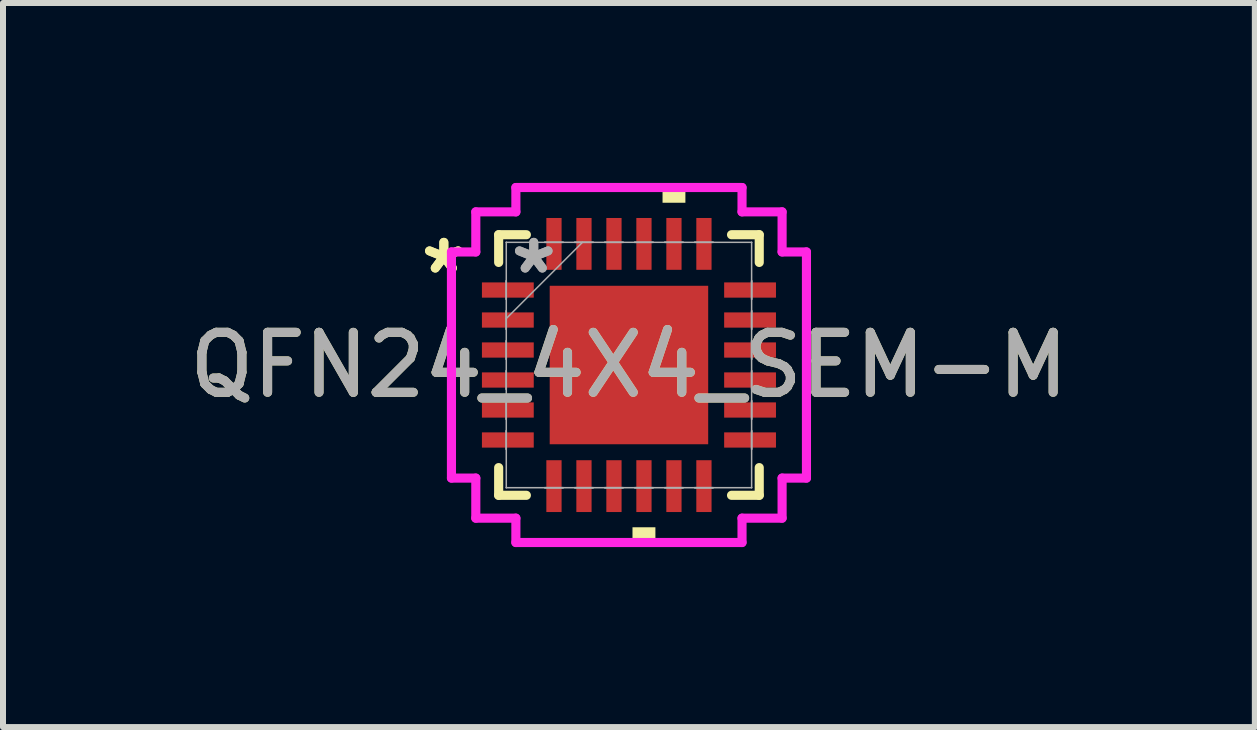
<source format=kicad_pcb>
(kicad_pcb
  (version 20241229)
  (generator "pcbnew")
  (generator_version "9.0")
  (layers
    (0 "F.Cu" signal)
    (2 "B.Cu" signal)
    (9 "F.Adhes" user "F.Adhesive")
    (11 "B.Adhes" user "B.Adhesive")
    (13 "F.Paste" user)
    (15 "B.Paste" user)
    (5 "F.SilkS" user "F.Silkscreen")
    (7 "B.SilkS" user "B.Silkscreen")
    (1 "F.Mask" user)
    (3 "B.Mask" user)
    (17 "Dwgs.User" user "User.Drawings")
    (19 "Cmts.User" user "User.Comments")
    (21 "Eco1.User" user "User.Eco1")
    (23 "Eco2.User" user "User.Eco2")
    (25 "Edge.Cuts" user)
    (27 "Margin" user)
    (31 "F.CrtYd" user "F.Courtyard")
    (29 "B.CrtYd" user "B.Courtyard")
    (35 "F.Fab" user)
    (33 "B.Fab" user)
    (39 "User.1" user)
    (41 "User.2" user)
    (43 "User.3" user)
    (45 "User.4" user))
  (footprint "QFN24_4X4_SEM-M"
    (layer "F.Cu")
    (at 7.435 3.035)
    (property "Reference" "QFN24_4X4_SEM-M" (at 0 0 0) (unlocked yes) (layer "F.SilkS") (effects (font (size 1 1) (thickness 0.15))))
    (attr smd)
    (fp_line (start -2.172 -2.172) (end -2.172 -1.71) (stroke (width 0.152) (type solid)) (layer "F.SilkS"))
    (fp_line (start -2.172 1.71) (end -2.172 2.172) (stroke (width 0.152) (type solid)) (layer "F.SilkS"))
    (fp_line (start -2.172 2.172) (end -1.71 2.172) (stroke (width 0.152) (type solid)) (layer "F.SilkS"))
    (fp_line (start -1.71 -2.172) (end -2.172 -2.172) (stroke (width 0.152) (type solid)) (layer "F.SilkS"))
    (fp_line (start 1.71 2.172) (end 2.172 2.172) (stroke (width 0.152) (type solid)) (layer "F.SilkS"))
    (fp_line (start 2.172 -2.172) (end 1.71 -2.172) (stroke (width 0.152) (type solid)) (layer "F.SilkS"))
    (fp_line (start 2.172 -1.71) (end 2.172 -2.172) (stroke (width 0.152) (type solid)) (layer "F.SilkS"))
    (fp_line (start 2.172 2.172) (end 2.172 1.71) (stroke (width 0.152) (type solid)) (layer "F.SilkS"))
    (fp_poly (pts (xy 0.059 2.705) (xy 0.059 2.959) (xy 0.441 2.959) (xy 0.441 2.705)) (stroke (width 0) (type solid)) (fill yes) (layer "F.SilkS"))
    (fp_poly (pts (xy 0.56 -2.705) (xy 0.56 -2.959) (xy 0.941 -2.959) (xy 0.941 -2.705)) (stroke (width 0) (type solid)) (fill yes) (layer "F.SilkS"))
    (fp_poly (pts (xy -1.221 -1.221) (xy -1.221 -0.1) (xy -0.1 -0.1) (xy -0.1 -1.221)) (stroke (width 0) (type solid)) (fill yes) (layer "F.Paste"))
    (fp_poly (pts (xy -1.221 0.1) (xy -1.221 1.221) (xy -0.1 1.221) (xy -0.1 0.1)) (stroke (width 0) (type solid)) (fill yes) (layer "F.Paste"))
    (fp_poly (pts (xy 0.1 -1.221) (xy 0.1 -0.1) (xy 1.221 -0.1) (xy 1.221 -1.221)) (stroke (width 0) (type solid)) (fill yes) (layer "F.Paste"))
    (fp_poly (pts (xy 0.1 0.1) (xy 0.1 1.221) (xy 1.221 1.221) (xy 1.221 0.1)) (stroke (width 0) (type solid)) (fill yes) (layer "F.Paste"))
    (fp_line (start -2.959 -1.885) (end -2.553 -1.885) (stroke (width 0.152) (type solid)) (layer "F.CrtYd"))
    (fp_line (start -2.959 1.885) (end -2.959 -1.885) (stroke (width 0.152) (type solid)) (layer "F.CrtYd"))
    (fp_line (start -2.553 -2.553) (end -1.885 -2.553) (stroke (width 0.152) (type solid)) (layer "F.CrtYd"))
    (fp_line (start -2.553 -1.885) (end -2.553 -2.553) (stroke (width 0.152) (type solid)) (layer "F.CrtYd"))
    (fp_line (start -2.553 1.885) (end -2.959 1.885) (stroke (width 0.152) (type solid)) (layer "F.CrtYd"))
    (fp_line (start -2.553 2.553) (end -2.553 1.885) (stroke (width 0.152) (type solid)) (layer "F.CrtYd"))
    (fp_line (start -1.885 -2.959) (end 1.885 -2.959) (stroke (width 0.152) (type solid)) (layer "F.CrtYd"))
    (fp_line (start -1.885 -2.553) (end -1.885 -2.959) (stroke (width 0.152) (type solid)) (layer "F.CrtYd"))
    (fp_line (start -1.885 2.553) (end -2.553 2.553) (stroke (width 0.152) (type solid)) (layer "F.CrtYd"))
    (fp_line (start -1.885 2.959) (end -1.885 2.553) (stroke (width 0.152) (type solid)) (layer "F.CrtYd"))
    (fp_line (start 1.885 -2.959) (end 1.885 -2.553) (stroke (width 0.152) (type solid)) (layer "F.CrtYd"))
    (fp_line (start 1.885 -2.553) (end 2.553 -2.553) (stroke (width 0.152) (type solid)) (layer "F.CrtYd"))
    (fp_line (start 1.885 2.553) (end 1.885 2.959) (stroke (width 0.152) (type solid)) (layer "F.CrtYd"))
    (fp_line (start 1.885 2.959) (end -1.885 2.959) (stroke (width 0.152) (type solid)) (layer "F.CrtYd"))
    (fp_line (start 2.553 -2.553) (end 2.553 -1.885) (stroke (width 0.152) (type solid)) (layer "F.CrtYd"))
    (fp_line (start 2.553 -1.885) (end 2.959 -1.885) (stroke (width 0.152) (type solid)) (layer "F.CrtYd"))
    (fp_line (start 2.553 1.885) (end 2.553 2.553) (stroke (width 0.152) (type solid)) (layer "F.CrtYd"))
    (fp_line (start 2.553 2.553) (end 1.885 2.553) (stroke (width 0.152) (type solid)) (layer "F.CrtYd"))
    (fp_line (start 2.959 -1.885) (end 2.959 1.885) (stroke (width 0.152) (type solid)) (layer "F.CrtYd"))
    (fp_line (start 2.959 1.885) (end 2.553 1.885) (stroke (width 0.152) (type solid)) (layer "F.CrtYd"))
    (fp_line (start -2.045 -2.045) (end -2.045 -2.045) (stroke (width 0.025) (type solid)) (layer "F.Fab"))
    (fp_line (start -2.045 -2.045) (end -2.045 2.045) (stroke (width 0.025) (type solid)) (layer "F.Fab"))
    (fp_line (start -2.045 -1.402) (end -2.045 -1.402) (stroke (width 0.025) (type solid)) (layer "F.Fab"))
    (fp_line (start -2.045 -1.402) (end -2.045 -1.098) (stroke (width 0.025) (type solid)) (layer "F.Fab"))
    (fp_line (start -2.045 -1.098) (end -2.045 -1.402) (stroke (width 0.025) (type solid)) (layer "F.Fab"))
    (fp_line (start -2.045 -1.098) (end -2.045 -1.098) (stroke (width 0.025) (type solid)) (layer "F.Fab"))
    (fp_line (start -2.045 -0.902) (end -2.045 -0.902) (stroke (width 0.025) (type solid)) (layer "F.Fab"))
    (fp_line (start -2.045 -0.902) (end -2.045 -0.598) (stroke (width 0.025) (type solid)) (layer "F.Fab"))
    (fp_line (start -2.045 -0.775) (end -0.775 -2.045) (stroke (width 0.025) (type solid)) (layer "F.Fab"))
    (fp_line (start -2.045 -0.598) (end -2.045 -0.902) (stroke (width 0.025) (type solid)) (layer "F.Fab"))
    (fp_line (start -2.045 -0.598) (end -2.045 -0.598) (stroke (width 0.025) (type solid)) (layer "F.Fab"))
    (fp_line (start -2.045 -0.402) (end -2.045 -0.402) (stroke (width 0.025) (type solid)) (layer "F.Fab"))
    (fp_line (start -2.045 -0.402) (end -2.045 -0.098) (stroke (width 0.025) (type solid)) (layer "F.Fab"))
    (fp_line (start -2.045 -0.098) (end -2.045 -0.402) (stroke (width 0.025) (type solid)) (layer "F.Fab"))
    (fp_line (start -2.045 -0.098) (end -2.045 -0.098) (stroke (width 0.025) (type solid)) (layer "F.Fab"))
    (fp_line (start -2.045 0.098) (end -2.045 0.098) (stroke (width 0.025) (type solid)) (layer "F.Fab"))
    (fp_line (start -2.045 0.098) (end -2.045 0.402) (stroke (width 0.025) (type solid)) (layer "F.Fab"))
    (fp_line (start -2.045 0.402) (end -2.045 0.098) (stroke (width 0.025) (type solid)) (layer "F.Fab"))
    (fp_line (start -2.045 0.402) (end -2.045 0.402) (stroke (width 0.025) (type solid)) (layer "F.Fab"))
    (fp_line (start -2.045 0.598) (end -2.045 0.598) (stroke (width 0.025) (type solid)) (layer "F.Fab"))
    (fp_line (start -2.045 0.598) (end -2.045 0.902) (stroke (width 0.025) (type solid)) (layer "F.Fab"))
    (fp_line (start -2.045 0.902) (end -2.045 0.598) (stroke (width 0.025) (type solid)) (layer "F.Fab"))
    (fp_line (start -2.045 0.902) (end -2.045 0.902) (stroke (width 0.025) (type solid)) (layer "F.Fab"))
    (fp_line (start -2.045 1.098) (end -2.045 1.098) (stroke (width 0.025) (type solid)) (layer "F.Fab"))
    (fp_line (start -2.045 1.098) (end -2.045 1.402) (stroke (width 0.025) (type solid)) (layer "F.Fab"))
    (fp_line (start -2.045 1.402) (end -2.045 1.098) (stroke (width 0.025) (type solid)) (layer "F.Fab"))
    (fp_line (start -2.045 1.402) (end -2.045 1.402) (stroke (width 0.025) (type solid)) (layer "F.Fab"))
    (fp_line (start -2.045 2.045) (end -2.045 2.045) (stroke (width 0.025) (type solid)) (layer "F.Fab"))
    (fp_line (start -2.045 2.045) (end 2.045 2.045) (stroke (width 0.025) (type solid)) (layer "F.Fab"))
    (fp_line (start -1.402 -2.045) (end -1.402 -2.045) (stroke (width 0.025) (type solid)) (layer "F.Fab"))
    (fp_line (start -1.402 -2.045) (end -1.098 -2.045) (stroke (width 0.025) (type solid)) (layer "F.Fab"))
    (fp_line (start -1.402 2.045) (end -1.402 2.045) (stroke (width 0.025) (type solid)) (layer "F.Fab"))
    (fp_line (start -1.402 2.045) (end -1.098 2.045) (stroke (width 0.025) (type solid)) (layer "F.Fab"))
    (fp_line (start -1.098 -2.045) (end -1.402 -2.045) (stroke (width 0.025) (type solid)) (layer "F.Fab"))
    (fp_line (start -1.098 -2.045) (end -1.098 -2.045) (stroke (width 0.025) (type solid)) (layer "F.Fab"))
    (fp_line (start -1.098 2.045) (end -1.402 2.045) (stroke (width 0.025) (type solid)) (layer "F.Fab"))
    (fp_line (start -1.098 2.045) (end -1.098 2.045) (stroke (width 0.025) (type solid)) (layer "F.Fab"))
    (fp_line (start -0.902 -2.045) (end -0.902 -2.045) (stroke (width 0.025) (type solid)) (layer "F.Fab"))
    (fp_line (start -0.902 -2.045) (end -0.598 -2.045) (stroke (width 0.025) (type solid)) (layer "F.Fab"))
    (fp_line (start -0.902 2.045) (end -0.902 2.045) (stroke (width 0.025) (type solid)) (layer "F.Fab"))
    (fp_line (start -0.902 2.045) (end -0.598 2.045) (stroke (width 0.025) (type solid)) (layer "F.Fab"))
    (fp_line (start -0.598 -2.045) (end -0.902 -2.045) (stroke (width 0.025) (type solid)) (layer "F.Fab"))
    (fp_line (start -0.598 -2.045) (end -0.598 -2.045) (stroke (width 0.025) (type solid)) (layer "F.Fab"))
    (fp_line (start -0.598 2.045) (end -0.902 2.045) (stroke (width 0.025) (type solid)) (layer "F.Fab"))
    (fp_line (start -0.598 2.045) (end -0.598 2.045) (stroke (width 0.025) (type solid)) (layer "F.Fab"))
    (fp_line (start -0.402 -2.045) (end -0.402 -2.045) (stroke (width 0.025) (type solid)) (layer "F.Fab"))
    (fp_line (start -0.402 -2.045) (end -0.098 -2.045) (stroke (width 0.025) (type solid)) (layer "F.Fab"))
    (fp_line (start -0.402 2.045) (end -0.402 2.045) (stroke (width 0.025) (type solid)) (layer "F.Fab"))
    (fp_line (start -0.402 2.045) (end -0.098 2.045) (stroke (width 0.025) (type solid)) (layer "F.Fab"))
    (fp_line (start -0.098 -2.045) (end -0.402 -2.045) (stroke (width 0.025) (type solid)) (layer "F.Fab"))
    (fp_line (start -0.098 -2.045) (end -0.098 -2.045) (stroke (width 0.025) (type solid)) (layer "F.Fab"))
    (fp_line (start -0.098 2.045) (end -0.402 2.045) (stroke (width 0.025) (type solid)) (layer "F.Fab"))
    (fp_line (start -0.098 2.045) (end -0.098 2.045) (stroke (width 0.025) (type solid)) (layer "F.Fab"))
    (fp_line (start 0.098 -2.045) (end 0.098 -2.045) (stroke (width 0.025) (type solid)) (layer "F.Fab"))
    (fp_line (start 0.098 -2.045) (end 0.402 -2.045) (stroke (width 0.025) (type solid)) (layer "F.Fab"))
    (fp_line (start 0.098 2.045) (end 0.098 2.045) (stroke (width 0.025) (type solid)) (layer "F.Fab"))
    (fp_line (start 0.098 2.045) (end 0.402 2.045) (stroke (width 0.025) (type solid)) (layer "F.Fab"))
    (fp_line (start 0.402 -2.045) (end 0.098 -2.045) (stroke (width 0.025) (type solid)) (layer "F.Fab"))
    (fp_line (start 0.402 -2.045) (end 0.402 -2.045) (stroke (width 0.025) (type solid)) (layer "F.Fab"))
    (fp_line (start 0.402 2.045) (end 0.098 2.045) (stroke (width 0.025) (type solid)) (layer "F.Fab"))
    (fp_line (start 0.402 2.045) (end 0.402 2.045) (stroke (width 0.025) (type solid)) (layer "F.Fab"))
    (fp_line (start 0.598 -2.045) (end 0.598 -2.045) (stroke (width 0.025) (type solid)) (layer "F.Fab"))
    (fp_line (start 0.598 -2.045) (end 0.902 -2.045) (stroke (width 0.025) (type solid)) (layer "F.Fab"))
    (fp_line (start 0.598 2.045) (end 0.598 2.045) (stroke (width 0.025) (type solid)) (layer "F.Fab"))
    (fp_line (start 0.598 2.045) (end 0.902 2.045) (stroke (width 0.025) (type solid)) (layer "F.Fab"))
    (fp_line (start 0.902 -2.045) (end 0.598 -2.045) (stroke (width 0.025) (type solid)) (layer "F.Fab"))
    (fp_line (start 0.902 -2.045) (end 0.902 -2.045) (stroke (width 0.025) (type solid)) (layer "F.Fab"))
    (fp_line (start 0.902 2.045) (end 0.598 2.045) (stroke (width 0.025) (type solid)) (layer "F.Fab"))
    (fp_line (start 0.902 2.045) (end 0.902 2.045) (stroke (width 0.025) (type solid)) (layer "F.Fab"))
    (fp_line (start 1.098 -2.045) (end 1.098 -2.045) (stroke (width 0.025) (type solid)) (layer "F.Fab"))
    (fp_line (start 1.098 -2.045) (end 1.402 -2.045) (stroke (width 0.025) (type solid)) (layer "F.Fab"))
    (fp_line (start 1.098 2.045) (end 1.098 2.045) (stroke (width 0.025) (type solid)) (layer "F.Fab"))
    (fp_line (start 1.098 2.045) (end 1.402 2.045) (stroke (width 0.025) (type solid)) (layer "F.Fab"))
    (fp_line (start 1.402 -2.045) (end 1.098 -2.045) (stroke (width 0.025) (type solid)) (layer "F.Fab"))
    (fp_line (start 1.402 -2.045) (end 1.402 -2.045) (stroke (width 0.025) (type solid)) (layer "F.Fab"))
    (fp_line (start 1.402 2.045) (end 1.098 2.045) (stroke (width 0.025) (type solid)) (layer "F.Fab"))
    (fp_line (start 1.402 2.045) (end 1.402 2.045) (stroke (width 0.025) (type solid)) (layer "F.Fab"))
    (fp_line (start 2.045 -2.045) (end -2.045 -2.045) (stroke (width 0.025) (type solid)) (layer "F.Fab"))
    (fp_line (start 2.045 -2.045) (end 2.045 -2.045) (stroke (width 0.025) (type solid)) (layer "F.Fab"))
    (fp_line (start 2.045 -1.402) (end 2.045 -1.402) (stroke (width 0.025) (type solid)) (layer "F.Fab"))
    (fp_line (start 2.045 -1.402) (end 2.045 -1.098) (stroke (width 0.025) (type solid)) (layer "F.Fab"))
    (fp_line (start 2.045 -1.098) (end 2.045 -1.402) (stroke (width 0.025) (type solid)) (layer "F.Fab"))
    (fp_line (start 2.045 -1.098) (end 2.045 -1.098) (stroke (width 0.025) (type solid)) (layer "F.Fab"))
    (fp_line (start 2.045 -0.902) (end 2.045 -0.902) (stroke (width 0.025) (type solid)) (layer "F.Fab"))
    (fp_line (start 2.045 -0.902) (end 2.045 -0.598) (stroke (width 0.025) (type solid)) (layer "F.Fab"))
    (fp_line (start 2.045 -0.598) (end 2.045 -0.902) (stroke (width 0.025) (type solid)) (layer "F.Fab"))
    (fp_line (start 2.045 -0.598) (end 2.045 -0.598) (stroke (width 0.025) (type solid)) (layer "F.Fab"))
    (fp_line (start 2.045 -0.402) (end 2.045 -0.402) (stroke (width 0.025) (type solid)) (layer "F.Fab"))
    (fp_line (start 2.045 -0.402) (end 2.045 -0.098) (stroke (width 0.025) (type solid)) (layer "F.Fab"))
    (fp_line (start 2.045 -0.098) (end 2.045 -0.402) (stroke (width 0.025) (type solid)) (layer "F.Fab"))
    (fp_line (start 2.045 -0.098) (end 2.045 -0.098) (stroke (width 0.025) (type solid)) (layer "F.Fab"))
    (fp_line (start 2.045 0.098) (end 2.045 0.098) (stroke (width 0.025) (type solid)) (layer "F.Fab"))
    (fp_line (start 2.045 0.098) (end 2.045 0.402) (stroke (width 0.025) (type solid)) (layer "F.Fab"))
    (fp_line (start 2.045 0.402) (end 2.045 0.098) (stroke (width 0.025) (type solid)) (layer "F.Fab"))
    (fp_line (start 2.045 0.402) (end 2.045 0.402) (stroke (width 0.025) (type solid)) (layer "F.Fab"))
    (fp_line (start 2.045 0.598) (end 2.045 0.598) (stroke (width 0.025) (type solid)) (layer "F.Fab"))
    (fp_line (start 2.045 0.598) (end 2.045 0.902) (stroke (width 0.025) (type solid)) (layer "F.Fab"))
    (fp_line (start 2.045 0.902) (end 2.045 0.598) (stroke (width 0.025) (type solid)) (layer "F.Fab"))
    (fp_line (start 2.045 0.902) (end 2.045 0.902) (stroke (width 0.025) (type solid)) (layer "F.Fab"))
    (fp_line (start 2.045 1.098) (end 2.045 1.098) (stroke (width 0.025) (type solid)) (layer "F.Fab"))
    (fp_line (start 2.045 1.098) (end 2.045 1.402) (stroke (width 0.025) (type solid)) (layer "F.Fab"))
    (fp_line (start 2.045 1.402) (end 2.045 1.098) (stroke (width 0.025) (type solid)) (layer "F.Fab"))
    (fp_line (start 2.045 1.402) (end 2.045 1.402) (stroke (width 0.025) (type solid)) (layer "F.Fab"))
    (fp_line (start 2.045 2.045) (end 2.045 -2.045) (stroke (width 0.025) (type solid)) (layer "F.Fab"))
    (fp_line (start 2.045 2.045) (end 2.045 2.045) (stroke (width 0.025) (type solid)) (layer "F.Fab"))
    (fp_text user "*" (at -3.086 -1.5 0) (layer "F.SilkS") (effects (font (size 1 1) (thickness 0.15))))
    (fp_text user "*" (at -3.086 -1.5 0) (unlocked yes) (layer "F.SilkS") (effects (font (size 1 1) (thickness 0.15))))
    (fp_text user "*" (at -1.587 -1.5 0) (unlocked yes) (layer "F.Fab") (effects (font (size 1 1) (thickness 0.15))))
    (fp_text user "*" (at -1.587 -1.5 0) (layer "F.Fab") (effects (font (size 1 1) (thickness 0.15))))
    (fp_text user "${REFERENCE}" (at 0 0 0) (unlocked yes) (layer "F.Fab") (effects (font (size 1 1) (thickness 0.15))))
    (pad "1" smd rect (at -2.019 -1.25 90) (size 0.254 0.864) (layers "F.Cu" "F.Mask" "F.Paste"))
    (pad "2" smd rect (at -2.019 -0.75 90) (size 0.254 0.864) (layers "F.Cu" "F.Mask" "F.Paste"))
    (pad "3" smd rect (at -2.019 -0.25 90) (size 0.254 0.864) (layers "F.Cu" "F.Mask" "F.Paste"))
    (pad "4" smd rect (at -2.019 0.25 90) (size 0.254 0.864) (layers "F.Cu" "F.Mask" "F.Paste"))
    (pad "5" smd rect (at -2.019 0.75 90) (size 0.254 0.864) (layers "F.Cu" "F.Mask" "F.Paste"))
    (pad "6" smd rect (at -2.019 1.25 90) (size 0.254 0.864) (layers "F.Cu" "F.Mask" "F.Paste"))
    (pad "7" smd rect (at -1.25 2.019) (size 0.254 0.864) (layers "F.Cu" "F.Mask" "F.Paste"))
    (pad "8" smd rect (at -0.75 2.019) (size 0.254 0.864) (layers "F.Cu" "F.Mask" "F.Paste"))
    (pad "9" smd rect (at -0.25 2.019) (size 0.254 0.864) (layers "F.Cu" "F.Mask" "F.Paste"))
    (pad "10" smd rect (at 0.25 2.019) (size 0.254 0.864) (layers "F.Cu" "F.Mask" "F.Paste"))
    (pad "11" smd rect (at 0.75 2.019) (size 0.254 0.864) (layers "F.Cu" "F.Mask" "F.Paste"))
    (pad "12" smd rect (at 1.25 2.019) (size 0.254 0.864) (layers "F.Cu" "F.Mask" "F.Paste"))
    (pad "13" smd rect (at 2.019 1.25 90) (size 0.254 0.864) (layers "F.Cu" "F.Mask" "F.Paste"))
    (pad "14" smd rect (at 2.019 0.75 90) (size 0.254 0.864) (layers "F.Cu" "F.Mask" "F.Paste"))
    (pad "15" smd rect (at 2.019 0.25 90) (size 0.254 0.864) (layers "F.Cu" "F.Mask" "F.Paste"))
    (pad "16" smd rect (at 2.019 -0.25 90) (size 0.254 0.864) (layers "F.Cu" "F.Mask" "F.Paste"))
    (pad "17" smd rect (at 2.019 -0.75 90) (size 0.254 0.864) (layers "F.Cu" "F.Mask" "F.Paste"))
    (pad "18" smd rect (at 2.019 -1.25 90) (size 0.254 0.864) (layers "F.Cu" "F.Mask" "F.Paste"))
    (pad "19" smd rect (at 1.25 -2.019) (size 0.254 0.864) (layers "F.Cu" "F.Mask" "F.Paste"))
    (pad "20" smd rect (at 0.75 -2.019) (size 0.254 0.864) (layers "F.Cu" "F.Mask" "F.Paste"))
    (pad "21" smd rect (at 0.25 -2.019) (size 0.254 0.864) (layers "F.Cu" "F.Mask" "F.Paste"))
    (pad "22" smd rect (at -0.25 -2.019) (size 0.254 0.864) (layers "F.Cu" "F.Mask" "F.Paste"))
    (pad "23" smd rect (at -0.75 -2.019) (size 0.254 0.864) (layers "F.Cu" "F.Mask" "F.Paste"))
    (pad "24" smd rect (at -1.25 -2.019) (size 0.254 0.864) (layers "F.Cu" "F.Mask" "F.Paste"))
    (pad "25" smd rect (at 0 0) (size 2.642 2.642) (layers "F.Cu" "F.Mask" "F.Paste")))
  (gr_rect
    (start -3 -3)
    (end 17.869 9.071)
    (stroke (width 0.1) (type default))
    (fill no)
    (layer "Edge.Cuts")))
</source>
